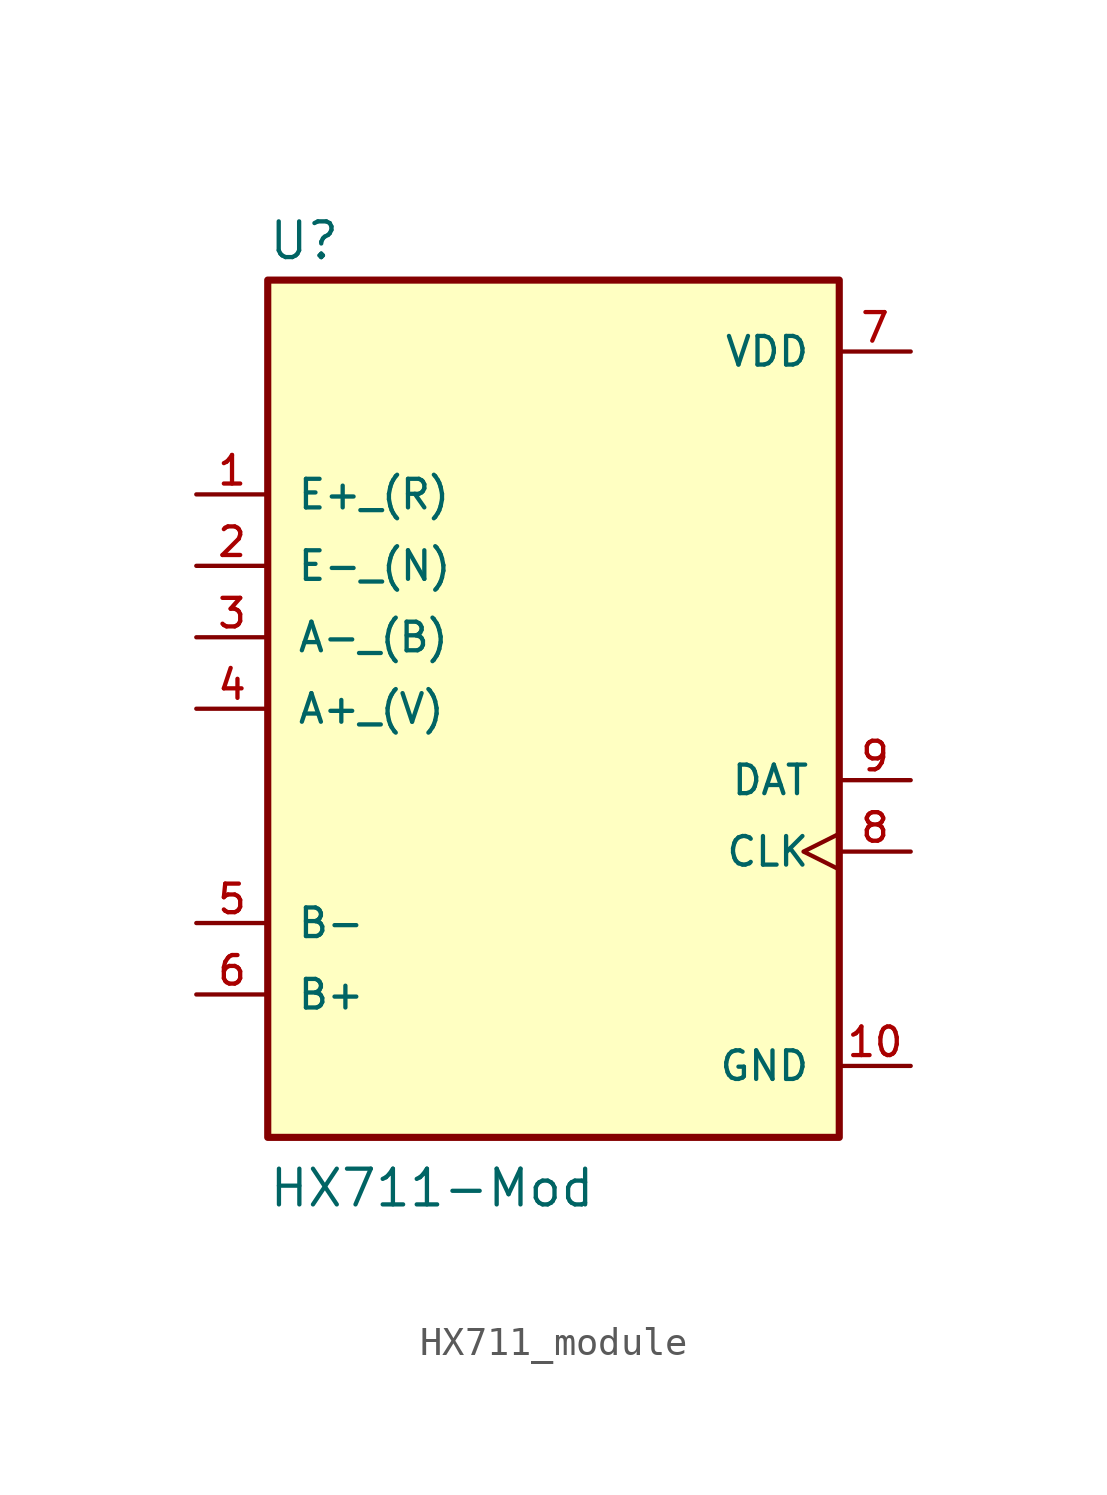
<source format=kicad_sym>
(kicad_symbol_lib
  (version 20220914)
  (generator kicad_symbol_editor)
  (symbol "HX711_module"
    (pin_names
      (offset 1.016))
    (property "Reference" "U"
      (at -10.172 15.894 0)
      (effects (font (size 1.27 1.27)) (justify left bottom)))
    (property "Value" "HX711-Mod"
      (at -10.164 -17.787 0)
      (effects (font (size 1.27 1.27)) (justify left bottom)))
    (symbol "HX711_module_0_0"
      (rectangle (start -10.16 15.24) (end 10.16 -15.24) (stroke (width 0.254) (type default)) (fill (type background))))
    (symbol "HX711_module_1_0"
      (pin output line (at -12.7 7.62 0) (length 2.54) (name "E+_(R)" (effects (font (size 1.016 1.016)))) (number "1" (effects (font (size 1.016 1.016)))))
      (pin power_in line (at 12.7 -12.7 180) (length 2.54) (name "GND" (effects (font (size 1.016 1.016)))) (number "10" (effects (font (size 1.016 1.016)))))
      (pin input line (at -12.7 5.08 0) (length 2.54) (name "E-_(N)" (effects (font (size 1.016 1.016)))) (number "2" (effects (font (size 1.016 1.016)))))
      (pin input line (at -12.7 2.54 0) (length 2.54) (name "A-_(B)" (effects (font (size 1.016 1.016)))) (number "3" (effects (font (size 1.016 1.016)))))
      (pin input line (at -12.7 0 0) (length 2.54) (name "A+_(V)" (effects (font (size 1.016 1.016)))) (number "4" (effects (font (size 1.016 1.016)))))
      (pin input line (at -12.7 -7.62 0) (length 2.54) (name "B-" (effects (font (size 1.016 1.016)))) (number "5" (effects (font (size 1.016 1.016)))))
      (pin input line (at -12.7 -10.16 0) (length 2.54) (name "B+" (effects (font (size 1.016 1.016)))) (number "6" (effects (font (size 1.016 1.016)))))
      (pin power_in line (at 12.7 12.7 180) (length 2.54) (name "VDD" (effects (font (size 1.016 1.016)))) (number "7" (effects (font (size 1.016 1.016)))))
      (pin input clock (at 12.7 -5.08 180) (length 2.54) (name "CLK" (effects (font (size 1.016 1.016)))) (number "8" (effects (font (size 1.016 1.016)))))
      (pin output line (at 12.7 -2.54 180) (length 2.54) (name "DAT" (effects (font (size 1.016 1.016)))) (number "9" (effects (font (size 1.016 1.016))))))))
</source>
